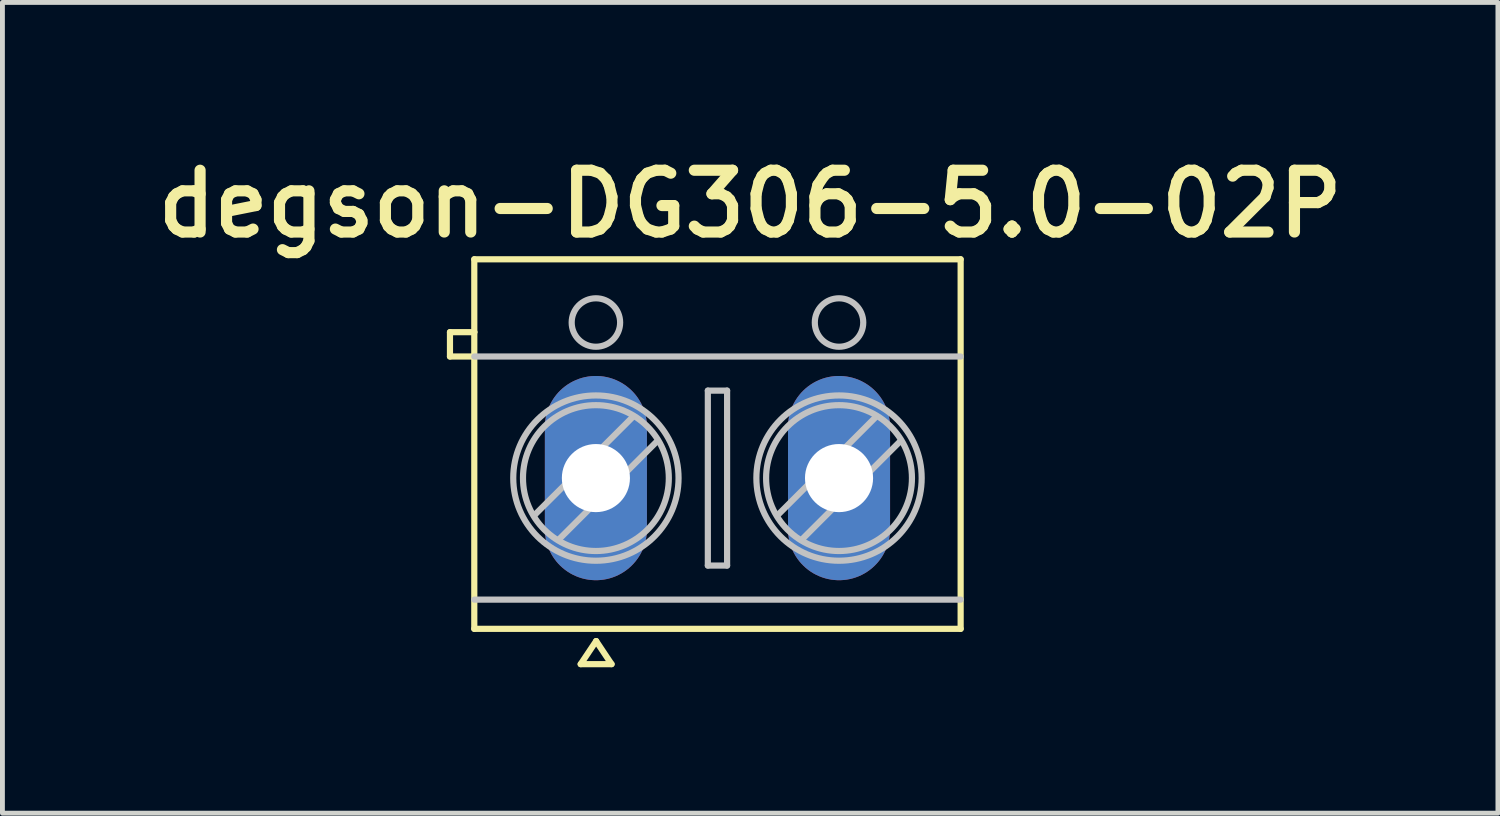
<source format=kicad_pcb>
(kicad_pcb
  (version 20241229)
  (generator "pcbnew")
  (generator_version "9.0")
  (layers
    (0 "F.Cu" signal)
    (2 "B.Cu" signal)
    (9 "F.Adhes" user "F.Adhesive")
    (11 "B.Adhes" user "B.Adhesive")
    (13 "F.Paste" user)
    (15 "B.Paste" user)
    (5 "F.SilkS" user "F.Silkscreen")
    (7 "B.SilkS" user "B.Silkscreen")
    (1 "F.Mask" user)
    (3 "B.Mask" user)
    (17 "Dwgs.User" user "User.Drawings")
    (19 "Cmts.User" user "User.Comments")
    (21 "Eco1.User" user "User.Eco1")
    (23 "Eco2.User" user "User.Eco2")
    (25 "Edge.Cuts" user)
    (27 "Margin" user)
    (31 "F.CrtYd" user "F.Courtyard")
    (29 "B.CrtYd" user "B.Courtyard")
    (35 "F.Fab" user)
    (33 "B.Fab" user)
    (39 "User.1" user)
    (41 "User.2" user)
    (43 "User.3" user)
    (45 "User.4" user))
  (footprint "degson-DG306-5.0-02P"
    (layer "F.Cu")
    (at 11.699 6.778)
    (property "Reference" "degson-DG306-5.0-02P" (at 0.673 -5.634 0) (layer "F.SilkS") (effects (font (size 1.27 1.27) (thickness 0.229))))
    (attr exclude_from_pos_files exclude_from_bom)
    (fp_line (start -5.499 -3) (end -4.999 -3) (stroke (width 0.127) (type solid)) (layer "F.SilkS"))
    (fp_line (start -5.499 -2.499) (end -5.499 -3) (stroke (width 0.127) (type solid)) (layer "F.SilkS"))
    (fp_line (start -4.999 -4.498) (end 4.999 -4.498) (stroke (width 0.127) (type solid)) (layer "F.SilkS"))
    (fp_line (start -4.999 -3) (end -4.999 -4.498) (stroke (width 0.127) (type solid)) (layer "F.SilkS"))
    (fp_line (start -4.999 -2.499) (end -5.499 -2.499) (stroke (width 0.127) (type solid)) (layer "F.SilkS"))
    (fp_line (start -4.999 -2.499) (end -4.999 -3) (stroke (width 0.127) (type solid)) (layer "F.SilkS"))
    (fp_line (start -4.999 3.099) (end -4.999 -2.499) (stroke (width 0.127) (type solid)) (layer "F.SilkS"))
    (fp_line (start -2.812 3.825) (end -2.494 3.35) (stroke (width 0.127) (type solid)) (layer "F.SilkS"))
    (fp_line (start -2.494 3.35) (end -2.177 3.825) (stroke (width 0.127) (type solid)) (layer "F.SilkS"))
    (fp_line (start -2.177 3.825) (end -2.812 3.825) (stroke (width 0.127) (type solid)) (layer "F.SilkS"))
    (fp_line (start 4.999 -4.498) (end 4.999 3.099) (stroke (width 0.127) (type solid)) (layer "F.SilkS"))
    (fp_line (start 4.999 3.099) (end -4.999 3.099) (stroke (width 0.127) (type solid)) (layer "F.SilkS"))
    (fp_line (start -4.999 -2.499) (end 4.999 -2.499) (stroke (width 0.127) (type solid)) (layer "Dwgs.User"))
    (fp_line (start -3.749 0.749) (end -1.748 -1.25) (stroke (width 0.127) (type solid)) (layer "Dwgs.User"))
    (fp_line (start -3.249 1.25) (end -1.25 -0.749) (stroke (width 0.127) (type solid)) (layer "Dwgs.User"))
    (fp_line (start -0.198 -1.798) (end 0.198 -1.798) (stroke (width 0.127) (type solid)) (layer "Dwgs.User"))
    (fp_line (start -0.198 1.798) (end -0.198 -1.798) (stroke (width 0.127) (type solid)) (layer "Dwgs.User"))
    (fp_line (start 0.198 -1.798) (end 0.198 1.798) (stroke (width 0.127) (type solid)) (layer "Dwgs.User"))
    (fp_line (start 0.198 1.798) (end -0.198 1.798) (stroke (width 0.127) (type solid)) (layer "Dwgs.User"))
    (fp_line (start 1.25 0.749) (end 3.249 -1.25) (stroke (width 0.127) (type solid)) (layer "Dwgs.User"))
    (fp_line (start 1.748 1.25) (end 3.749 -0.749) (stroke (width 0.127) (type solid)) (layer "Dwgs.User"))
    (fp_line (start 4.999 2.499) (end -4.999 2.499) (stroke (width 0.127) (type solid)) (layer "Dwgs.User"))
    (fp_circle (center -2.499 -3.198) (end -2.499 -3.696) (stroke (width 0.127) (type solid)) (fill no) (layer "Dwgs.User"))
    (fp_circle (center -2.499 0) (end -2.499 -1.699) (stroke (width 0.127) (type solid)) (fill no) (layer "Dwgs.User"))
    (fp_circle (center -2.499 0) (end -2.499 -1.499) (stroke (width 0.127) (type solid)) (fill no) (layer "Dwgs.User"))
    (fp_circle (center 2.499 -3.198) (end 2.499 -3.696) (stroke (width 0.127) (type solid)) (fill no) (layer "Dwgs.User"))
    (fp_circle (center 2.499 0) (end 2.499 -1.699) (stroke (width 0.127) (type solid)) (fill no) (layer "Dwgs.User"))
    (fp_circle (center 2.499 0) (end 2.499 -1.499) (stroke (width 0.127) (type solid)) (fill no) (layer "Dwgs.User"))
    (pad "1" thru_hole oval (at -2.499 0 180) (size 2.098 4.199) (drill 1.4) (layers "*.Cu" "*.Paste" "*.Mask"))
    (pad "2" thru_hole oval (at 2.499 0 180) (size 2.098 4.199) (drill 1.4) (layers "*.Cu" "*.Paste" "*.Mask")))
  (gr_rect
    (start -3 -3)
    (end 27.743 13.667)
    (stroke (width 0.1) (type default))
    (fill no)
    (layer "Edge.Cuts")))
</source>
